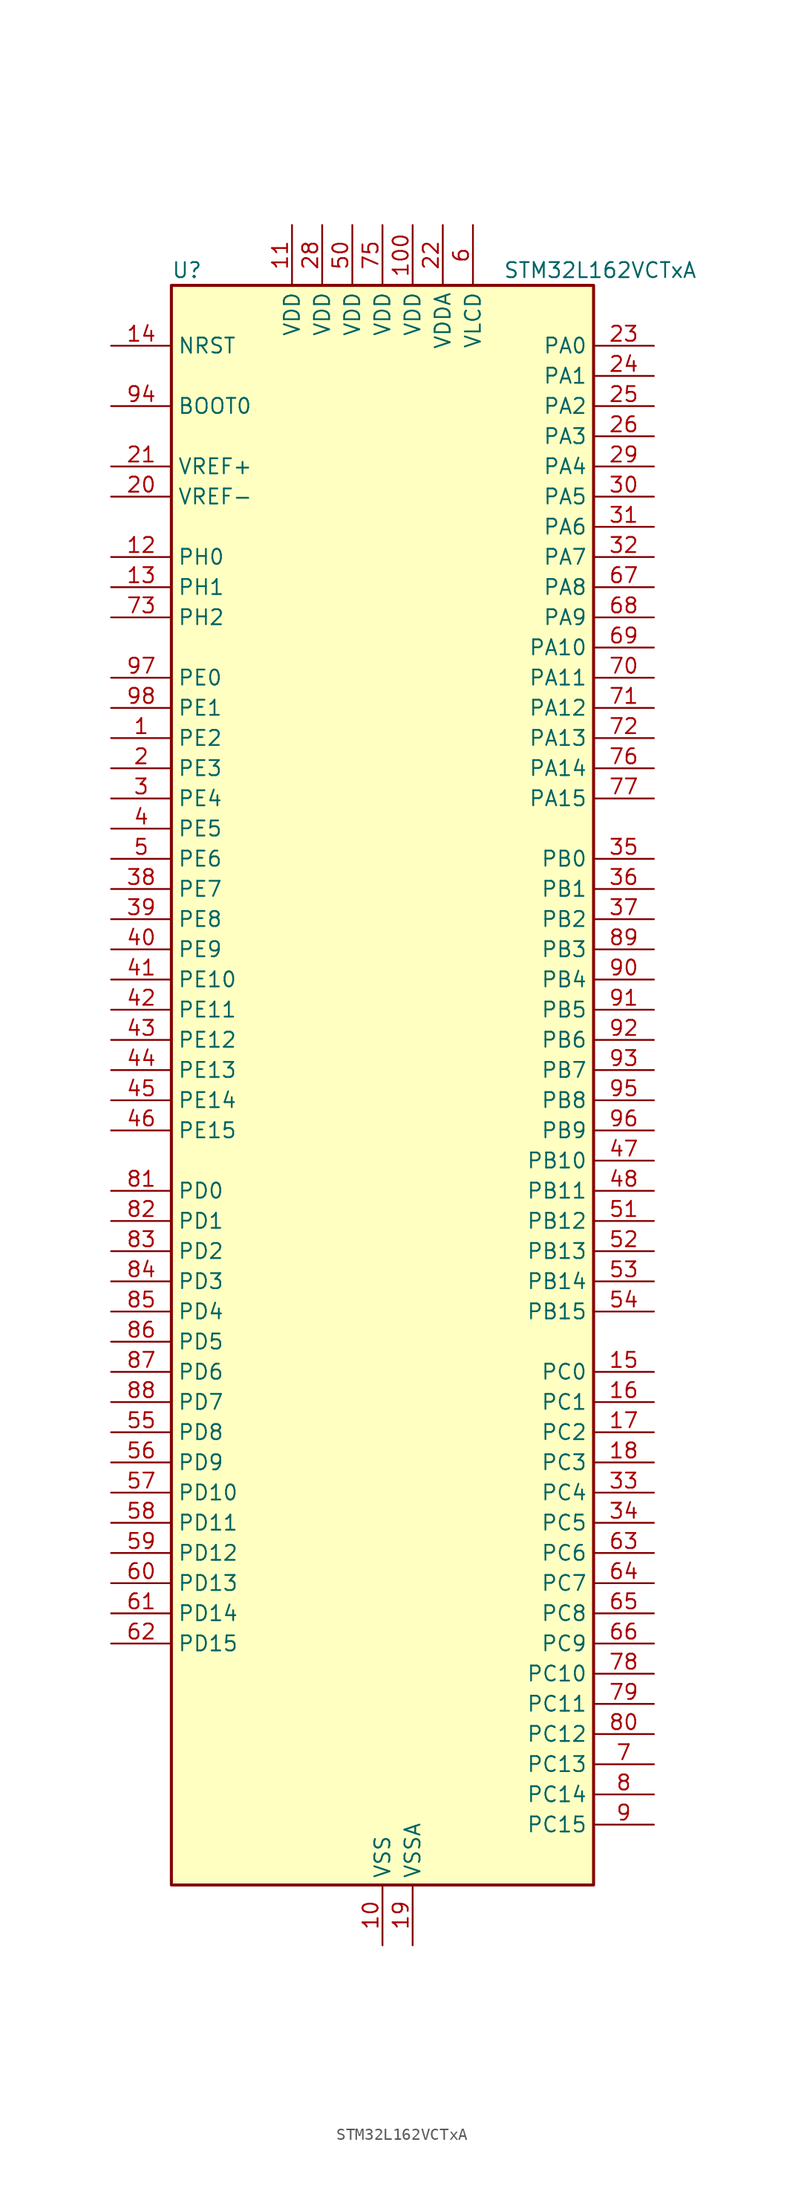
<source format=kicad_sym>
(kicad_symbol_lib
  (version 20241209)
  (generator "kicad_symbol_editor")
  (generator_version "9.0")
  (symbol "STM32L162VCTxA"
    (property "Reference" "U"
      (at -17.78 69.85 0)
      (effects (font (size 1.27 1.27)) (justify left)))
    (property "Value" "STM32L162VCTxA"
      (at 10.16 69.85 0)
      (effects (font (size 1.27 1.27)) (justify left)))
    (symbol "STM32L162VCTxA_0_1"
      (rectangle (start -17.78 -66.04) (end 17.78 68.58) (stroke (width 0.254) (type default)) (fill (type background))))
    (symbol "STM32L162VCTxA_1_1"
      (pin input line (at -22.86 63.5 0) (length 5.08) (name "NRST" (effects (font (size 1.27 1.27)))) (number "14" (effects (font (size 1.27 1.27)))))
      (pin input line (at -22.86 58.42 0) (length 5.08) (name "BOOT0" (effects (font (size 1.27 1.27)))) (number "94" (effects (font (size 1.27 1.27)))))
      (pin input line (at -22.86 53.34 0) (length 5.08) (name "VREF+" (effects (font (size 1.27 1.27)))) (number "21" (effects (font (size 1.27 1.27)))))
      (pin input line (at -22.86 50.8 0) (length 5.08) (name "VREF-" (effects (font (size 1.27 1.27)))) (number "20" (effects (font (size 1.27 1.27)))))
      (pin bidirectional line (at -22.86 45.72 0) (length 5.08) (name "PH0" (effects (font (size 1.27 1.27)))) (number "12" (effects (font (size 1.27 1.27)))) (alternate "RCC_OSC_IN" bidirectional line))
      (pin bidirectional line (at -22.86 43.18 0) (length 5.08) (name "PH1" (effects (font (size 1.27 1.27)))) (number "13" (effects (font (size 1.27 1.27)))) (alternate "RCC_OSC_OUT" bidirectional line))
      (pin bidirectional line (at -22.86 40.64 0) (length 5.08) (name "PH2" (effects (font (size 1.27 1.27)))) (number "73" (effects (font (size 1.27 1.27)))))
      (pin bidirectional line (at -22.86 35.56 0) (length 5.08) (name "PE0" (effects (font (size 1.27 1.27)))) (number "97" (effects (font (size 1.27 1.27)))) (alternate "LCD_SEG36" bidirectional line) (alternate "TIM10_CH1" bidirectional line) (alternate "TIM4_ETR" bidirectional line) (alternate "TIMX_IC1" bidirectional line))
      (pin bidirectional line (at -22.86 33.02 0) (length 5.08) (name "PE1" (effects (font (size 1.27 1.27)))) (number "98" (effects (font (size 1.27 1.27)))) (alternate "LCD_SEG37" bidirectional line) (alternate "TIM11_CH1" bidirectional line) (alternate "TIMX_IC2" bidirectional line))
      (pin bidirectional line (at -22.86 30.48 0) (length 5.08) (name "PE2" (effects (font (size 1.27 1.27)))) (number "1" (effects (font (size 1.27 1.27)))) (alternate "LCD_SEG38" bidirectional line) (alternate "SYS_TRACECK" bidirectional line) (alternate "TIM3_ETR" bidirectional line) (alternate "TIMX_IC3" bidirectional line))
      (pin bidirectional line (at -22.86 27.94 0) (length 5.08) (name "PE3" (effects (font (size 1.27 1.27)))) (number "2" (effects (font (size 1.27 1.27)))) (alternate "LCD_SEG39" bidirectional line) (alternate "SYS_TRACED0" bidirectional line) (alternate "TIM3_CH1" bidirectional line) (alternate "TIMX_IC4" bidirectional line))
      (pin bidirectional line (at -22.86 25.4 0) (length 5.08) (name "PE4" (effects (font (size 1.27 1.27)))) (number "3" (effects (font (size 1.27 1.27)))) (alternate "SYS_TRACED1" bidirectional line) (alternate "TIM3_CH2" bidirectional line) (alternate "TIMX_IC1" bidirectional line))
      (pin bidirectional line (at -22.86 22.86 0) (length 5.08) (name "PE5" (effects (font (size 1.27 1.27)))) (number "4" (effects (font (size 1.27 1.27)))) (alternate "SYS_TRACED2" bidirectional line) (alternate "TIM9_CH1" bidirectional line) (alternate "TIMX_IC2" bidirectional line))
      (pin bidirectional line (at -22.86 20.32 0) (length 5.08) (name "PE6" (effects (font (size 1.27 1.27)))) (number "5" (effects (font (size 1.27 1.27)))) (alternate "RTC_TAMP3" bidirectional line) (alternate "SYS_TRACED3" bidirectional line) (alternate "SYS_WKUP3" bidirectional line) (alternate "TIM9_CH2" bidirectional line) (alternate "TIMX_IC3" bidirectional line))
      (pin bidirectional line (at -22.86 17.78 0) (length 5.08) (name "PE7" (effects (font (size 1.27 1.27)))) (number "38" (effects (font (size 1.27 1.27)))) (alternate "ADC_IN22" bidirectional line) (alternate "COMP1_INP" bidirectional line) (alternate "TIMX_IC4" bidirectional line))
      (pin bidirectional line (at -22.86 15.24 0) (length 5.08) (name "PE8" (effects (font (size 1.27 1.27)))) (number "39" (effects (font (size 1.27 1.27)))) (alternate "ADC_IN23" bidirectional line) (alternate "COMP1_INP" bidirectional line) (alternate "TIMX_IC1" bidirectional line))
      (pin bidirectional line (at -22.86 12.7 0) (length 5.08) (name "PE9" (effects (font (size 1.27 1.27)))) (number "40" (effects (font (size 1.27 1.27)))) (alternate "ADC_IN24" bidirectional line) (alternate "COMP1_INP" bidirectional line) (alternate "DAC_EXTI9" bidirectional line) (alternate "TIM2_CH1" bidirectional line) (alternate "TIM2_ETR" bidirectional line) (alternate "TIMX_IC2" bidirectional line))
      (pin bidirectional line (at -22.86 10.16 0) (length 5.08) (name "PE10" (effects (font (size 1.27 1.27)))) (number "41" (effects (font (size 1.27 1.27)))) (alternate "ADC_IN25" bidirectional line) (alternate "COMP1_INP" bidirectional line) (alternate "TIM2_CH2" bidirectional line) (alternate "TIMX_IC3" bidirectional line))
      (pin bidirectional line (at -22.86 7.62 0) (length 5.08) (name "PE11" (effects (font (size 1.27 1.27)))) (number "42" (effects (font (size 1.27 1.27)))) (alternate "ADC_EXTI11" bidirectional line) (alternate "TIM2_CH3" bidirectional line) (alternate "TIMX_IC4" bidirectional line))
      (pin bidirectional line (at -22.86 5.08 0) (length 5.08) (name "PE12" (effects (font (size 1.27 1.27)))) (number "43" (effects (font (size 1.27 1.27)))) (alternate "SPI1_NSS" bidirectional line) (alternate "TIM2_CH4" bidirectional line) (alternate "TIMX_IC1" bidirectional line))
      (pin bidirectional line (at -22.86 2.54 0) (length 5.08) (name "PE13" (effects (font (size 1.27 1.27)))) (number "44" (effects (font (size 1.27 1.27)))) (alternate "SPI1_SCK" bidirectional line) (alternate "TIMX_IC2" bidirectional line))
      (pin bidirectional line (at -22.86 0 0) (length 5.08) (name "PE14" (effects (font (size 1.27 1.27)))) (number "45" (effects (font (size 1.27 1.27)))) (alternate "SPI1_MISO" bidirectional line) (alternate "TIMX_IC3" bidirectional line))
      (pin bidirectional line (at -22.86 -2.54 0) (length 5.08) (name "PE15" (effects (font (size 1.27 1.27)))) (number "46" (effects (font (size 1.27 1.27)))) (alternate "ADC_EXTI15" bidirectional line) (alternate "SPI1_MOSI" bidirectional line) (alternate "TIMX_IC4" bidirectional line))
      (pin bidirectional line (at -22.86 -7.62 0) (length 5.08) (name "PD0" (effects (font (size 1.27 1.27)))) (number "81" (effects (font (size 1.27 1.27)))) (alternate "I2S2_WS" bidirectional line) (alternate "SPI2_NSS" bidirectional line) (alternate "TIM9_CH1" bidirectional line) (alternate "TIMX_IC1" bidirectional line))
      (pin bidirectional line (at -22.86 -10.16 0) (length 5.08) (name "PD1" (effects (font (size 1.27 1.27)))) (number "82" (effects (font (size 1.27 1.27)))) (alternate "I2S2_CK" bidirectional line) (alternate "SPI2_SCK" bidirectional line) (alternate "TIMX_IC2" bidirectional line))
      (pin bidirectional line (at -22.86 -12.7 0) (length 5.08) (name "PD2" (effects (font (size 1.27 1.27)))) (number "83" (effects (font (size 1.27 1.27)))) (alternate "LCD_COM7" bidirectional line) (alternate "LCD_SEG31" bidirectional line) (alternate "LCD_SEG43" bidirectional line) (alternate "TIM3_ETR" bidirectional line) (alternate "TIMX_IC3" bidirectional line))
      (pin bidirectional line (at -22.86 -15.24 0) (length 5.08) (name "PD3" (effects (font (size 1.27 1.27)))) (number "84" (effects (font (size 1.27 1.27)))) (alternate "SPI2_MISO" bidirectional line) (alternate "TIMX_IC4" bidirectional line) (alternate "USART2_CTS" bidirectional line))
      (pin bidirectional line (at -22.86 -17.78 0) (length 5.08) (name "PD4" (effects (font (size 1.27 1.27)))) (number "85" (effects (font (size 1.27 1.27)))) (alternate "I2S2_SD" bidirectional line) (alternate "SPI2_MOSI" bidirectional line) (alternate "TIMX_IC1" bidirectional line) (alternate "USART2_RTS" bidirectional line))
      (pin bidirectional line (at -22.86 -20.32 0) (length 5.08) (name "PD5" (effects (font (size 1.27 1.27)))) (number "86" (effects (font (size 1.27 1.27)))) (alternate "TIMX_IC2" bidirectional line) (alternate "USART2_TX" bidirectional line))
      (pin bidirectional line (at -22.86 -22.86 0) (length 5.08) (name "PD6" (effects (font (size 1.27 1.27)))) (number "87" (effects (font (size 1.27 1.27)))) (alternate "TIMX_IC3" bidirectional line) (alternate "USART2_RX" bidirectional line))
      (pin bidirectional line (at -22.86 -25.4 0) (length 5.08) (name "PD7" (effects (font (size 1.27 1.27)))) (number "88" (effects (font (size 1.27 1.27)))) (alternate "TIM9_CH2" bidirectional line) (alternate "TIMX_IC4" bidirectional line) (alternate "USART2_CK" bidirectional line))
      (pin bidirectional line (at -22.86 -27.94 0) (length 5.08) (name "PD8" (effects (font (size 1.27 1.27)))) (number "55" (effects (font (size 1.27 1.27)))) (alternate "LCD_SEG28" bidirectional line) (alternate "TIMX_IC1" bidirectional line) (alternate "USART3_TX" bidirectional line))
      (pin bidirectional line (at -22.86 -30.48 0) (length 5.08) (name "PD9" (effects (font (size 1.27 1.27)))) (number "56" (effects (font (size 1.27 1.27)))) (alternate "DAC_EXTI9" bidirectional line) (alternate "LCD_SEG29" bidirectional line) (alternate "TIMX_IC2" bidirectional line) (alternate "USART3_RX" bidirectional line))
      (pin bidirectional line (at -22.86 -33.02 0) (length 5.08) (name "PD10" (effects (font (size 1.27 1.27)))) (number "57" (effects (font (size 1.27 1.27)))) (alternate "LCD_SEG30" bidirectional line) (alternate "TIMX_IC3" bidirectional line) (alternate "USART3_CK" bidirectional line))
      (pin bidirectional line (at -22.86 -35.56 0) (length 5.08) (name "PD11" (effects (font (size 1.27 1.27)))) (number "58" (effects (font (size 1.27 1.27)))) (alternate "ADC_EXTI11" bidirectional line) (alternate "LCD_SEG31" bidirectional line) (alternate "TIMX_IC4" bidirectional line) (alternate "USART3_CTS" bidirectional line))
      (pin bidirectional line (at -22.86 -38.1 0) (length 5.08) (name "PD12" (effects (font (size 1.27 1.27)))) (number "59" (effects (font (size 1.27 1.27)))) (alternate "LCD_SEG32" bidirectional line) (alternate "TIM4_CH1" bidirectional line) (alternate "TIMX_IC1" bidirectional line) (alternate "USART3_RTS" bidirectional line))
      (pin bidirectional line (at -22.86 -40.64 0) (length 5.08) (name "PD13" (effects (font (size 1.27 1.27)))) (number "60" (effects (font (size 1.27 1.27)))) (alternate "LCD_SEG33" bidirectional line) (alternate "TIM4_CH2" bidirectional line) (alternate "TIMX_IC2" bidirectional line))
      (pin bidirectional line (at -22.86 -43.18 0) (length 5.08) (name "PD14" (effects (font (size 1.27 1.27)))) (number "61" (effects (font (size 1.27 1.27)))) (alternate "LCD_SEG34" bidirectional line) (alternate "TIM4_CH3" bidirectional line) (alternate "TIMX_IC3" bidirectional line))
      (pin bidirectional line (at -22.86 -45.72 0) (length 5.08) (name "PD15" (effects (font (size 1.27 1.27)))) (number "62" (effects (font (size 1.27 1.27)))) (alternate "ADC_EXTI15" bidirectional line) (alternate "LCD_SEG35" bidirectional line) (alternate "TIM4_CH4" bidirectional line) (alternate "TIMX_IC4" bidirectional line))
      (pin power_in line (at -7.62 73.66 270) (length 5.08) (name "VDD" (effects (font (size 1.27 1.27)))) (number "11" (effects (font (size 1.27 1.27)))))
      (pin power_in line (at -5.08 73.66 270) (length 5.08) (name "VDD" (effects (font (size 1.27 1.27)))) (number "28" (effects (font (size 1.27 1.27)))))
      (pin power_in line (at -2.54 73.66 270) (length 5.08) (name "VDD" (effects (font (size 1.27 1.27)))) (number "50" (effects (font (size 1.27 1.27)))))
      (pin power_in line (at 0 73.66 270) (length 5.08) (name "VDD" (effects (font (size 1.27 1.27)))) (number "75" (effects (font (size 1.27 1.27)))))
      (pin power_in line (at 0 -71.12 90) (length 5.08) (name "VSS" (effects (font (size 1.27 1.27)))) (number "10" (effects (font (size 1.27 1.27)))))
      (pin passive line (at 0 -71.12 90) (length 5.08) (hide yes) (name "VSS" (effects (font (size 1.27 1.27)))) (number "27" (effects (font (size 1.27 1.27)))))
      (pin passive line (at 0 -71.12 90) (length 5.08) (hide yes) (name "VSS" (effects (font (size 1.27 1.27)))) (number "49" (effects (font (size 1.27 1.27)))))
      (pin passive line (at 0 -71.12 90) (length 5.08) (hide yes) (name "VSS" (effects (font (size 1.27 1.27)))) (number "74" (effects (font (size 1.27 1.27)))))
      (pin passive line (at 0 -71.12 90) (length 5.08) (hide yes) (name "VSS" (effects (font (size 1.27 1.27)))) (number "99" (effects (font (size 1.27 1.27)))))
      (pin power_in line (at 2.54 73.66 270) (length 5.08) (name "VDD" (effects (font (size 1.27 1.27)))) (number "100" (effects (font (size 1.27 1.27)))))
      (pin power_in line (at 2.54 -71.12 90) (length 5.08) (name "VSSA" (effects (font (size 1.27 1.27)))) (number "19" (effects (font (size 1.27 1.27)))))
      (pin power_in line (at 5.08 73.66 270) (length 5.08) (name "VDDA" (effects (font (size 1.27 1.27)))) (number "22" (effects (font (size 1.27 1.27)))))
      (pin power_in line (at 7.62 73.66 270) (length 5.08) (name "VLCD" (effects (font (size 1.27 1.27)))) (number "6" (effects (font (size 1.27 1.27)))))
      (pin bidirectional line (at 22.86 63.5 180) (length 5.08) (name "PA0" (effects (font (size 1.27 1.27)))) (number "23" (effects (font (size 1.27 1.27)))) (alternate "ADC_IN0" bidirectional line) (alternate "COMP1_INP" bidirectional line) (alternate "RTC_TAMP2" bidirectional line) (alternate "SYS_WKUP1" bidirectional line) (alternate "TIM2_CH1" bidirectional line) (alternate "TIM2_ETR" bidirectional line) (alternate "TIM5_CH1" bidirectional line) (alternate "TIMX_IC1" bidirectional line) (alternate "TS_G1_IO1" bidirectional line) (alternate "USART2_CTS" bidirectional line))
      (pin bidirectional line (at 22.86 60.96 180) (length 5.08) (name "PA1" (effects (font (size 1.27 1.27)))) (number "24" (effects (font (size 1.27 1.27)))) (alternate "ADC_IN1" bidirectional line) (alternate "COMP1_INP" bidirectional line) (alternate "LCD_SEG0" bidirectional line) (alternate "OPAMP1_VINP" bidirectional line) (alternate "TIM2_CH2" bidirectional line) (alternate "TIM5_CH2" bidirectional line) (alternate "TIMX_IC2" bidirectional line) (alternate "TS_G1_IO2" bidirectional line) (alternate "USART2_RTS" bidirectional line))
      (pin bidirectional line (at 22.86 58.42 180) (length 5.08) (name "PA2" (effects (font (size 1.27 1.27)))) (number "25" (effects (font (size 1.27 1.27)))) (alternate "ADC_IN2" bidirectional line) (alternate "COMP1_INP" bidirectional line) (alternate "LCD_SEG1" bidirectional line) (alternate "OPAMP1_VINM" bidirectional line) (alternate "TIM2_CH3" bidirectional line) (alternate "TIM5_CH3" bidirectional line) (alternate "TIM9_CH1" bidirectional line) (alternate "TIMX_IC3" bidirectional line) (alternate "TS_G1_IO3" bidirectional line) (alternate "USART2_TX" bidirectional line))
      (pin bidirectional line (at 22.86 55.88 180) (length 5.08) (name "PA3" (effects (font (size 1.27 1.27)))) (number "26" (effects (font (size 1.27 1.27)))) (alternate "ADC_IN3" bidirectional line) (alternate "COMP1_INP" bidirectional line) (alternate "LCD_SEG2" bidirectional line) (alternate "OPAMP1_VOUT" bidirectional line) (alternate "TIM2_CH4" bidirectional line) (alternate "TIM5_CH4" bidirectional line) (alternate "TIM9_CH2" bidirectional line) (alternate "TIMX_IC4" bidirectional line) (alternate "TS_G1_IO4" bidirectional line) (alternate "USART2_RX" bidirectional line))
      (pin bidirectional line (at 22.86 53.34 180) (length 5.08) (name "PA4" (effects (font (size 1.27 1.27)))) (number "29" (effects (font (size 1.27 1.27)))) (alternate "ADC_IN4" bidirectional line) (alternate "COMP1_INP" bidirectional line) (alternate "DAC_OUT1" bidirectional line) (alternate "I2S3_WS" bidirectional line) (alternate "SPI1_NSS" bidirectional line) (alternate "SPI3_NSS" bidirectional line) (alternate "TIMX_IC1" bidirectional line) (alternate "USART2_CK" bidirectional line))
      (pin bidirectional line (at 22.86 50.8 180) (length 5.08) (name "PA5" (effects (font (size 1.27 1.27)))) (number "30" (effects (font (size 1.27 1.27)))) (alternate "ADC_IN5" bidirectional line) (alternate "COMP1_INP" bidirectional line) (alternate "DAC_OUT2" bidirectional line) (alternate "SPI1_SCK" bidirectional line) (alternate "TIM2_CH1" bidirectional line) (alternate "TIM2_ETR" bidirectional line) (alternate "TIMX_IC2" bidirectional line))
      (pin bidirectional line (at 22.86 48.26 180) (length 5.08) (name "PA6" (effects (font (size 1.27 1.27)))) (number "31" (effects (font (size 1.27 1.27)))) (alternate "ADC_IN6" bidirectional line) (alternate "COMP1_INP" bidirectional line) (alternate "LCD_SEG3" bidirectional line) (alternate "OPAMP2_VINP" bidirectional line) (alternate "SPI1_MISO" bidirectional line) (alternate "TIM10_CH1" bidirectional line) (alternate "TIM3_CH1" bidirectional line) (alternate "TIMX_IC3" bidirectional line) (alternate "TS_G2_IO1" bidirectional line))
      (pin bidirectional line (at 22.86 45.72 180) (length 5.08) (name "PA7" (effects (font (size 1.27 1.27)))) (number "32" (effects (font (size 1.27 1.27)))) (alternate "ADC_IN7" bidirectional line) (alternate "COMP1_INP" bidirectional line) (alternate "LCD_SEG4" bidirectional line) (alternate "OPAMP2_VINM" bidirectional line) (alternate "SPI1_MOSI" bidirectional line) (alternate "TIM11_CH1" bidirectional line) (alternate "TIM3_CH2" bidirectional line) (alternate "TIMX_IC4" bidirectional line) (alternate "TS_G2_IO2" bidirectional line))
      (pin bidirectional line (at 22.86 43.18 180) (length 5.08) (name "PA8" (effects (font (size 1.27 1.27)))) (number "67" (effects (font (size 1.27 1.27)))) (alternate "LCD_COM0" bidirectional line) (alternate "RCC_MCO" bidirectional line) (alternate "TIMX_IC1" bidirectional line) (alternate "TS_G4_IO1" bidirectional line) (alternate "USART1_CK" bidirectional line))
      (pin bidirectional line (at 22.86 40.64 180) (length 5.08) (name "PA9" (effects (font (size 1.27 1.27)))) (number "68" (effects (font (size 1.27 1.27)))) (alternate "DAC_EXTI9" bidirectional line) (alternate "LCD_COM1" bidirectional line) (alternate "TIMX_IC2" bidirectional line) (alternate "TS_G4_IO2" bidirectional line) (alternate "USART1_TX" bidirectional line))
      (pin bidirectional line (at 22.86 38.1 180) (length 5.08) (name "PA10" (effects (font (size 1.27 1.27)))) (number "69" (effects (font (size 1.27 1.27)))) (alternate "LCD_COM2" bidirectional line) (alternate "TIMX_IC3" bidirectional line) (alternate "TS_G4_IO3" bidirectional line) (alternate "USART1_RX" bidirectional line))
      (pin bidirectional line (at 22.86 35.56 180) (length 5.08) (name "PA11" (effects (font (size 1.27 1.27)))) (number "70" (effects (font (size 1.27 1.27)))) (alternate "ADC_EXTI11" bidirectional line) (alternate "SPI1_MISO" bidirectional line) (alternate "TIMX_IC4" bidirectional line) (alternate "USART1_CTS" bidirectional line) (alternate "USB_DM" bidirectional line))
      (pin bidirectional line (at 22.86 33.02 180) (length 5.08) (name "PA12" (effects (font (size 1.27 1.27)))) (number "71" (effects (font (size 1.27 1.27)))) (alternate "SPI1_MOSI" bidirectional line) (alternate "TIMX_IC1" bidirectional line) (alternate "USART1_RTS" bidirectional line) (alternate "USB_DP" bidirectional line))
      (pin bidirectional line (at 22.86 30.48 180) (length 5.08) (name "PA13" (effects (font (size 1.27 1.27)))) (number "72" (effects (font (size 1.27 1.27)))) (alternate "SYS_JTMS-SWDIO" bidirectional line) (alternate "TIMX_IC2" bidirectional line) (alternate "TS_G5_IO1" bidirectional line))
      (pin bidirectional line (at 22.86 27.94 180) (length 5.08) (name "PA14" (effects (font (size 1.27 1.27)))) (number "76" (effects (font (size 1.27 1.27)))) (alternate "SYS_JTCK-SWCLK" bidirectional line) (alternate "TIMX_IC3" bidirectional line) (alternate "TS_G5_IO2" bidirectional line))
      (pin bidirectional line (at 22.86 25.4 180) (length 5.08) (name "PA15" (effects (font (size 1.27 1.27)))) (number "77" (effects (font (size 1.27 1.27)))) (alternate "ADC_EXTI15" bidirectional line) (alternate "I2S3_WS" bidirectional line) (alternate "LCD_SEG17" bidirectional line) (alternate "SPI1_NSS" bidirectional line) (alternate "SPI3_NSS" bidirectional line) (alternate "SYS_JTDI" bidirectional line) (alternate "TIM2_CH1" bidirectional line) (alternate "TIM2_ETR" bidirectional line) (alternate "TIMX_IC4" bidirectional line) (alternate "TS_G5_IO3" bidirectional line))
      (pin bidirectional line (at 22.86 20.32 180) (length 5.08) (name "PB0" (effects (font (size 1.27 1.27)))) (number "35" (effects (font (size 1.27 1.27)))) (alternate "ADC_IN8" bidirectional line) (alternate "COMP1_INP" bidirectional line) (alternate "LCD_SEG5" bidirectional line) (alternate "OPAMP2_VOUT" bidirectional line) (alternate "SYS_V_REF_OUT" bidirectional line) (alternate "TIM3_CH3" bidirectional line) (alternate "TS_G3_IO1" bidirectional line))
      (pin bidirectional line (at 22.86 17.78 180) (length 5.08) (name "PB1" (effects (font (size 1.27 1.27)))) (number "36" (effects (font (size 1.27 1.27)))) (alternate "ADC_IN9" bidirectional line) (alternate "COMP1_INP" bidirectional line) (alternate "LCD_SEG6" bidirectional line) (alternate "SYS_V_REF_OUT" bidirectional line) (alternate "TIM3_CH4" bidirectional line) (alternate "TS_G3_IO2" bidirectional line))
      (pin bidirectional line (at 22.86 15.24 180) (length 5.08) (name "PB2" (effects (font (size 1.27 1.27)))) (number "37" (effects (font (size 1.27 1.27)))) (alternate "TS_G3_IO3" bidirectional line))
      (pin bidirectional line (at 22.86 12.7 180) (length 5.08) (name "PB3" (effects (font (size 1.27 1.27)))) (number "89" (effects (font (size 1.27 1.27)))) (alternate "COMP2_INM" bidirectional line) (alternate "I2S3_CK" bidirectional line) (alternate "LCD_SEG7" bidirectional line) (alternate "SPI1_SCK" bidirectional line) (alternate "SPI3_SCK" bidirectional line) (alternate "SYS_JTDO-TRACESWO" bidirectional line) (alternate "TIM2_CH2" bidirectional line))
      (pin bidirectional line (at 22.86 10.16 180) (length 5.08) (name "PB4" (effects (font (size 1.27 1.27)))) (number "90" (effects (font (size 1.27 1.27)))) (alternate "COMP2_INP" bidirectional line) (alternate "LCD_SEG8" bidirectional line) (alternate "SPI1_MISO" bidirectional line) (alternate "SPI3_MISO" bidirectional line) (alternate "SYS_JTRST" bidirectional line) (alternate "TIM3_CH1" bidirectional line) (alternate "TS_G6_IO1" bidirectional line))
      (pin bidirectional line (at 22.86 7.62 180) (length 5.08) (name "PB5" (effects (font (size 1.27 1.27)))) (number "91" (effects (font (size 1.27 1.27)))) (alternate "COMP2_INP" bidirectional line) (alternate "I2C1_SMBA" bidirectional line) (alternate "I2S3_SD" bidirectional line) (alternate "LCD_SEG9" bidirectional line) (alternate "SPI1_MOSI" bidirectional line) (alternate "SPI3_MOSI" bidirectional line) (alternate "TIM3_CH2" bidirectional line) (alternate "TS_G6_IO2" bidirectional line))
      (pin bidirectional line (at 22.86 5.08 180) (length 5.08) (name "PB6" (effects (font (size 1.27 1.27)))) (number "92" (effects (font (size 1.27 1.27)))) (alternate "COMP2_INP" bidirectional line) (alternate "I2C1_SCL" bidirectional line) (alternate "TIM4_CH1" bidirectional line) (alternate "TS_G6_IO3" bidirectional line) (alternate "USART1_TX" bidirectional line))
      (pin bidirectional line (at 22.86 2.54 180) (length 5.08) (name "PB7" (effects (font (size 1.27 1.27)))) (number "93" (effects (font (size 1.27 1.27)))) (alternate "COMP2_INP" bidirectional line) (alternate "I2C1_SDA" bidirectional line) (alternate "SYS_PVD_IN" bidirectional line) (alternate "TIM4_CH2" bidirectional line) (alternate "TS_G6_IO4" bidirectional line) (alternate "USART1_RX" bidirectional line))
      (pin bidirectional line (at 22.86 0 180) (length 5.08) (name "PB8" (effects (font (size 1.27 1.27)))) (number "95" (effects (font (size 1.27 1.27)))) (alternate "I2C1_SCL" bidirectional line) (alternate "LCD_SEG16" bidirectional line) (alternate "TIM10_CH1" bidirectional line) (alternate "TIM4_CH3" bidirectional line))
      (pin bidirectional line (at 22.86 -2.54 180) (length 5.08) (name "PB9" (effects (font (size 1.27 1.27)))) (number "96" (effects (font (size 1.27 1.27)))) (alternate "DAC_EXTI9" bidirectional line) (alternate "I2C1_SDA" bidirectional line) (alternate "LCD_COM3" bidirectional line) (alternate "TIM11_CH1" bidirectional line) (alternate "TIM4_CH4" bidirectional line))
      (pin bidirectional line (at 22.86 -5.08 180) (length 5.08) (name "PB10" (effects (font (size 1.27 1.27)))) (number "47" (effects (font (size 1.27 1.27)))) (alternate "I2C2_SCL" bidirectional line) (alternate "LCD_SEG10" bidirectional line) (alternate "TIM2_CH3" bidirectional line) (alternate "USART3_TX" bidirectional line))
      (pin bidirectional line (at 22.86 -7.62 180) (length 5.08) (name "PB11" (effects (font (size 1.27 1.27)))) (number "48" (effects (font (size 1.27 1.27)))) (alternate "ADC_EXTI11" bidirectional line) (alternate "I2C2_SDA" bidirectional line) (alternate "LCD_SEG11" bidirectional line) (alternate "TIM2_CH4" bidirectional line) (alternate "USART3_RX" bidirectional line))
      (pin bidirectional line (at 22.86 -10.16 180) (length 5.08) (name "PB12" (effects (font (size 1.27 1.27)))) (number "51" (effects (font (size 1.27 1.27)))) (alternate "ADC_IN18" bidirectional line) (alternate "COMP1_INP" bidirectional line) (alternate "I2C2_SMBA" bidirectional line) (alternate "I2S2_WS" bidirectional line) (alternate "LCD_SEG12" bidirectional line) (alternate "SPI2_NSS" bidirectional line) (alternate "TIM10_CH1" bidirectional line) (alternate "TS_G7_IO1" bidirectional line) (alternate "USART3_CK" bidirectional line))
      (pin bidirectional line (at 22.86 -12.7 180) (length 5.08) (name "PB13" (effects (font (size 1.27 1.27)))) (number "52" (effects (font (size 1.27 1.27)))) (alternate "ADC_IN19" bidirectional line) (alternate "COMP1_INP" bidirectional line) (alternate "I2S2_CK" bidirectional line) (alternate "LCD_SEG13" bidirectional line) (alternate "SPI2_SCK" bidirectional line) (alternate "TIM9_CH1" bidirectional line) (alternate "TS_G7_IO2" bidirectional line) (alternate "USART3_CTS" bidirectional line))
      (pin bidirectional line (at 22.86 -15.24 180) (length 5.08) (name "PB14" (effects (font (size 1.27 1.27)))) (number "53" (effects (font (size 1.27 1.27)))) (alternate "ADC_IN20" bidirectional line) (alternate "COMP1_INP" bidirectional line) (alternate "LCD_SEG14" bidirectional line) (alternate "SPI2_MISO" bidirectional line) (alternate "TIM9_CH2" bidirectional line) (alternate "TS_G7_IO3" bidirectional line) (alternate "USART3_RTS" bidirectional line))
      (pin bidirectional line (at 22.86 -17.78 180) (length 5.08) (name "PB15" (effects (font (size 1.27 1.27)))) (number "54" (effects (font (size 1.27 1.27)))) (alternate "ADC_EXTI15" bidirectional line) (alternate "ADC_IN21" bidirectional line) (alternate "COMP1_INP" bidirectional line) (alternate "I2S2_SD" bidirectional line) (alternate "LCD_SEG15" bidirectional line) (alternate "RTC_REFIN" bidirectional line) (alternate "SPI2_MOSI" bidirectional line) (alternate "TIM11_CH1" bidirectional line) (alternate "TS_G7_IO4" bidirectional line))
      (pin bidirectional line (at 22.86 -22.86 180) (length 5.08) (name "PC0" (effects (font (size 1.27 1.27)))) (number "15" (effects (font (size 1.27 1.27)))) (alternate "ADC_IN10" bidirectional line) (alternate "COMP1_INP" bidirectional line) (alternate "LCD_SEG18" bidirectional line) (alternate "TIMX_IC1" bidirectional line) (alternate "TS_G8_IO1" bidirectional line))
      (pin bidirectional line (at 22.86 -25.4 180) (length 5.08) (name "PC1" (effects (font (size 1.27 1.27)))) (number "16" (effects (font (size 1.27 1.27)))) (alternate "ADC_IN11" bidirectional line) (alternate "COMP1_INP" bidirectional line) (alternate "LCD_SEG19" bidirectional line) (alternate "TIMX_IC2" bidirectional line) (alternate "TS_G8_IO2" bidirectional line))
      (pin bidirectional line (at 22.86 -27.94 180) (length 5.08) (name "PC2" (effects (font (size 1.27 1.27)))) (number "17" (effects (font (size 1.27 1.27)))) (alternate "ADC_IN12" bidirectional line) (alternate "COMP1_INP" bidirectional line) (alternate "LCD_SEG20" bidirectional line) (alternate "TIMX_IC3" bidirectional line) (alternate "TS_G8_IO3" bidirectional line))
      (pin bidirectional line (at 22.86 -30.48 180) (length 5.08) (name "PC3" (effects (font (size 1.27 1.27)))) (number "18" (effects (font (size 1.27 1.27)))) (alternate "ADC_IN13" bidirectional line) (alternate "COMP1_INP" bidirectional line) (alternate "LCD_SEG21" bidirectional line) (alternate "TIMX_IC4" bidirectional line) (alternate "TS_G8_IO4" bidirectional line))
      (pin bidirectional line (at 22.86 -33.02 180) (length 5.08) (name "PC4" (effects (font (size 1.27 1.27)))) (number "33" (effects (font (size 1.27 1.27)))) (alternate "ADC_IN14" bidirectional line) (alternate "COMP1_INP" bidirectional line) (alternate "LCD_SEG22" bidirectional line) (alternate "TIMX_IC1" bidirectional line) (alternate "TS_G9_IO1" bidirectional line))
      (pin bidirectional line (at 22.86 -35.56 180) (length 5.08) (name "PC5" (effects (font (size 1.27 1.27)))) (number "34" (effects (font (size 1.27 1.27)))) (alternate "ADC_IN15" bidirectional line) (alternate "COMP1_INP" bidirectional line) (alternate "LCD_SEG23" bidirectional line) (alternate "TIMX_IC2" bidirectional line) (alternate "TS_G9_IO2" bidirectional line))
      (pin bidirectional line (at 22.86 -38.1 180) (length 5.08) (name "PC6" (effects (font (size 1.27 1.27)))) (number "63" (effects (font (size 1.27 1.27)))) (alternate "I2S2_MCK" bidirectional line) (alternate "LCD_SEG24" bidirectional line) (alternate "TIM3_CH1" bidirectional line) (alternate "TIMX_IC3" bidirectional line) (alternate "TS_G10_IO1" bidirectional line))
      (pin bidirectional line (at 22.86 -40.64 180) (length 5.08) (name "PC7" (effects (font (size 1.27 1.27)))) (number "64" (effects (font (size 1.27 1.27)))) (alternate "I2S3_MCK" bidirectional line) (alternate "LCD_SEG25" bidirectional line) (alternate "TIM3_CH2" bidirectional line) (alternate "TIMX_IC4" bidirectional line) (alternate "TS_G10_IO2" bidirectional line))
      (pin bidirectional line (at 22.86 -43.18 180) (length 5.08) (name "PC8" (effects (font (size 1.27 1.27)))) (number "65" (effects (font (size 1.27 1.27)))) (alternate "LCD_SEG26" bidirectional line) (alternate "TIM3_CH3" bidirectional line) (alternate "TIMX_IC1" bidirectional line) (alternate "TS_G10_IO3" bidirectional line))
      (pin bidirectional line (at 22.86 -45.72 180) (length 5.08) (name "PC9" (effects (font (size 1.27 1.27)))) (number "66" (effects (font (size 1.27 1.27)))) (alternate "DAC_EXTI9" bidirectional line) (alternate "LCD_SEG27" bidirectional line) (alternate "TIM3_CH4" bidirectional line) (alternate "TIMX_IC2" bidirectional line) (alternate "TS_G10_IO4" bidirectional line))
      (pin bidirectional line (at 22.86 -48.26 180) (length 5.08) (name "PC10" (effects (font (size 1.27 1.27)))) (number "78" (effects (font (size 1.27 1.27)))) (alternate "I2S3_CK" bidirectional line) (alternate "LCD_COM4" bidirectional line) (alternate "LCD_SEG28" bidirectional line) (alternate "LCD_SEG40" bidirectional line) (alternate "SPI3_SCK" bidirectional line) (alternate "TIMX_IC3" bidirectional line) (alternate "USART3_TX" bidirectional line))
      (pin bidirectional line (at 22.86 -50.8 180) (length 5.08) (name "PC11" (effects (font (size 1.27 1.27)))) (number "79" (effects (font (size 1.27 1.27)))) (alternate "ADC_EXTI11" bidirectional line) (alternate "LCD_COM5" bidirectional line) (alternate "LCD_SEG29" bidirectional line) (alternate "LCD_SEG41" bidirectional line) (alternate "SPI3_MISO" bidirectional line) (alternate "TIMX_IC4" bidirectional line) (alternate "USART3_RX" bidirectional line))
      (pin bidirectional line (at 22.86 -53.34 180) (length 5.08) (name "PC12" (effects (font (size 1.27 1.27)))) (number "80" (effects (font (size 1.27 1.27)))) (alternate "I2S3_SD" bidirectional line) (alternate "LCD_COM6" bidirectional line) (alternate "LCD_SEG30" bidirectional line) (alternate "LCD_SEG42" bidirectional line) (alternate "SPI3_MOSI" bidirectional line) (alternate "TIMX_IC1" bidirectional line) (alternate "USART3_CK" bidirectional line))
      (pin bidirectional line (at 22.86 -55.88 180) (length 5.08) (name "PC13" (effects (font (size 1.27 1.27)))) (number "7" (effects (font (size 1.27 1.27)))) (alternate "RTC_OUT_ALARM" bidirectional line) (alternate "RTC_OUT_CALIB" bidirectional line) (alternate "RTC_TAMP1" bidirectional line) (alternate "RTC_TS" bidirectional line) (alternate "SYS_WKUP2" bidirectional line) (alternate "TIMX_IC2" bidirectional line))
      (pin bidirectional line (at 22.86 -58.42 180) (length 5.08) (name "PC14" (effects (font (size 1.27 1.27)))) (number "8" (effects (font (size 1.27 1.27)))) (alternate "RCC_OSC32_IN" bidirectional line) (alternate "TIMX_IC3" bidirectional line))
      (pin bidirectional line (at 22.86 -60.96 180) (length 5.08) (name "PC15" (effects (font (size 1.27 1.27)))) (number "9" (effects (font (size 1.27 1.27)))) (alternate "ADC_EXTI15" bidirectional line) (alternate "RCC_OSC32_OUT" bidirectional line) (alternate "TIMX_IC4" bidirectional line)))))
</source>
